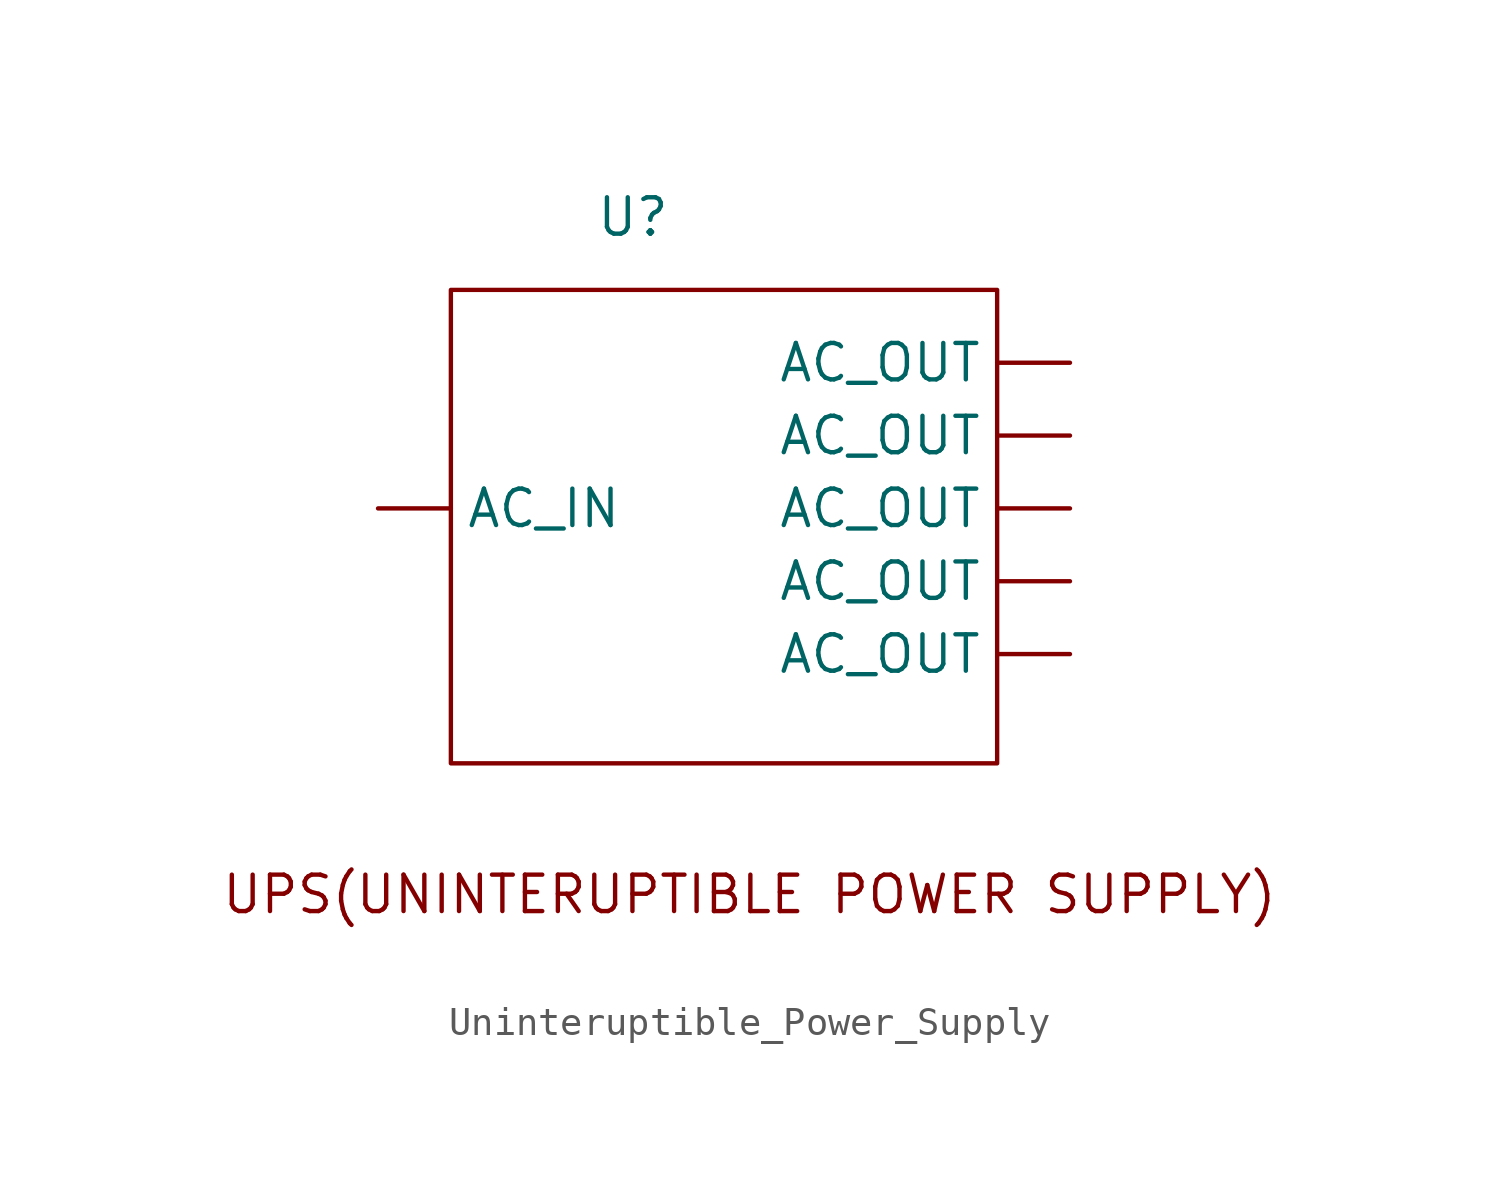
<source format=kicad_sym>
(kicad_symbol_lib
  (version 20231120)
  (generator "kicad_symbol_editor")
  (generator_version "8.0")
  (symbol "Uninteruptible_Power_Supply"
    (property "Reference" "U"
      (at 0 0 0)
      (effects (font (size 1.27 1.27))))
    (property "Value" ""
      (at 0 0 0)
      (effects (font (size 1.27 1.27))))
    (symbol "Uninteruptible_Power_Supply_0_1"
      (rectangle (start -6.35 -2.54) (end 12.7 -19.05) (stroke (width 0) (type default)) (fill (type none))))
    (symbol "Uninteruptible_Power_Supply_1_1"
      (text "UPS(UNINTERUPTIBLE POWER SUPPLY)" (at 4.064 -23.622 0) (effects (font (size 1.27 1.27))))
      (pin input line (at -8.89 -10.16 0) (length 2.54) (name "AC_IN" (effects (font (size 1.27 1.27)))) (number "" (effects (font (size 1.27 1.27)))))
      (pin input line (at 15.24 -15.24 180) (length 2.54) (name "AC_OUT" (effects (font (size 1.27 1.27)))) (number "" (effects (font (size 1.27 1.27)))))
      (pin input line (at 15.24 -12.7 180) (length 2.54) (name "AC_OUT" (effects (font (size 1.27 1.27)))) (number "" (effects (font (size 1.27 1.27)))))
      (pin input line (at 15.24 -10.16 180) (length 2.54) (name "AC_OUT" (effects (font (size 1.27 1.27)))) (number "" (effects (font (size 1.27 1.27)))))
      (pin input line (at 15.24 -7.62 180) (length 2.54) (name "AC_OUT" (effects (font (size 1.27 1.27)))) (number "" (effects (font (size 1.27 1.27)))))
      (pin input line (at 15.24 -5.08 180) (length 2.54) (name "AC_OUT" (effects (font (size 1.27 1.27)))) (number "" (effects (font (size 1.27 1.27))))))))
</source>
